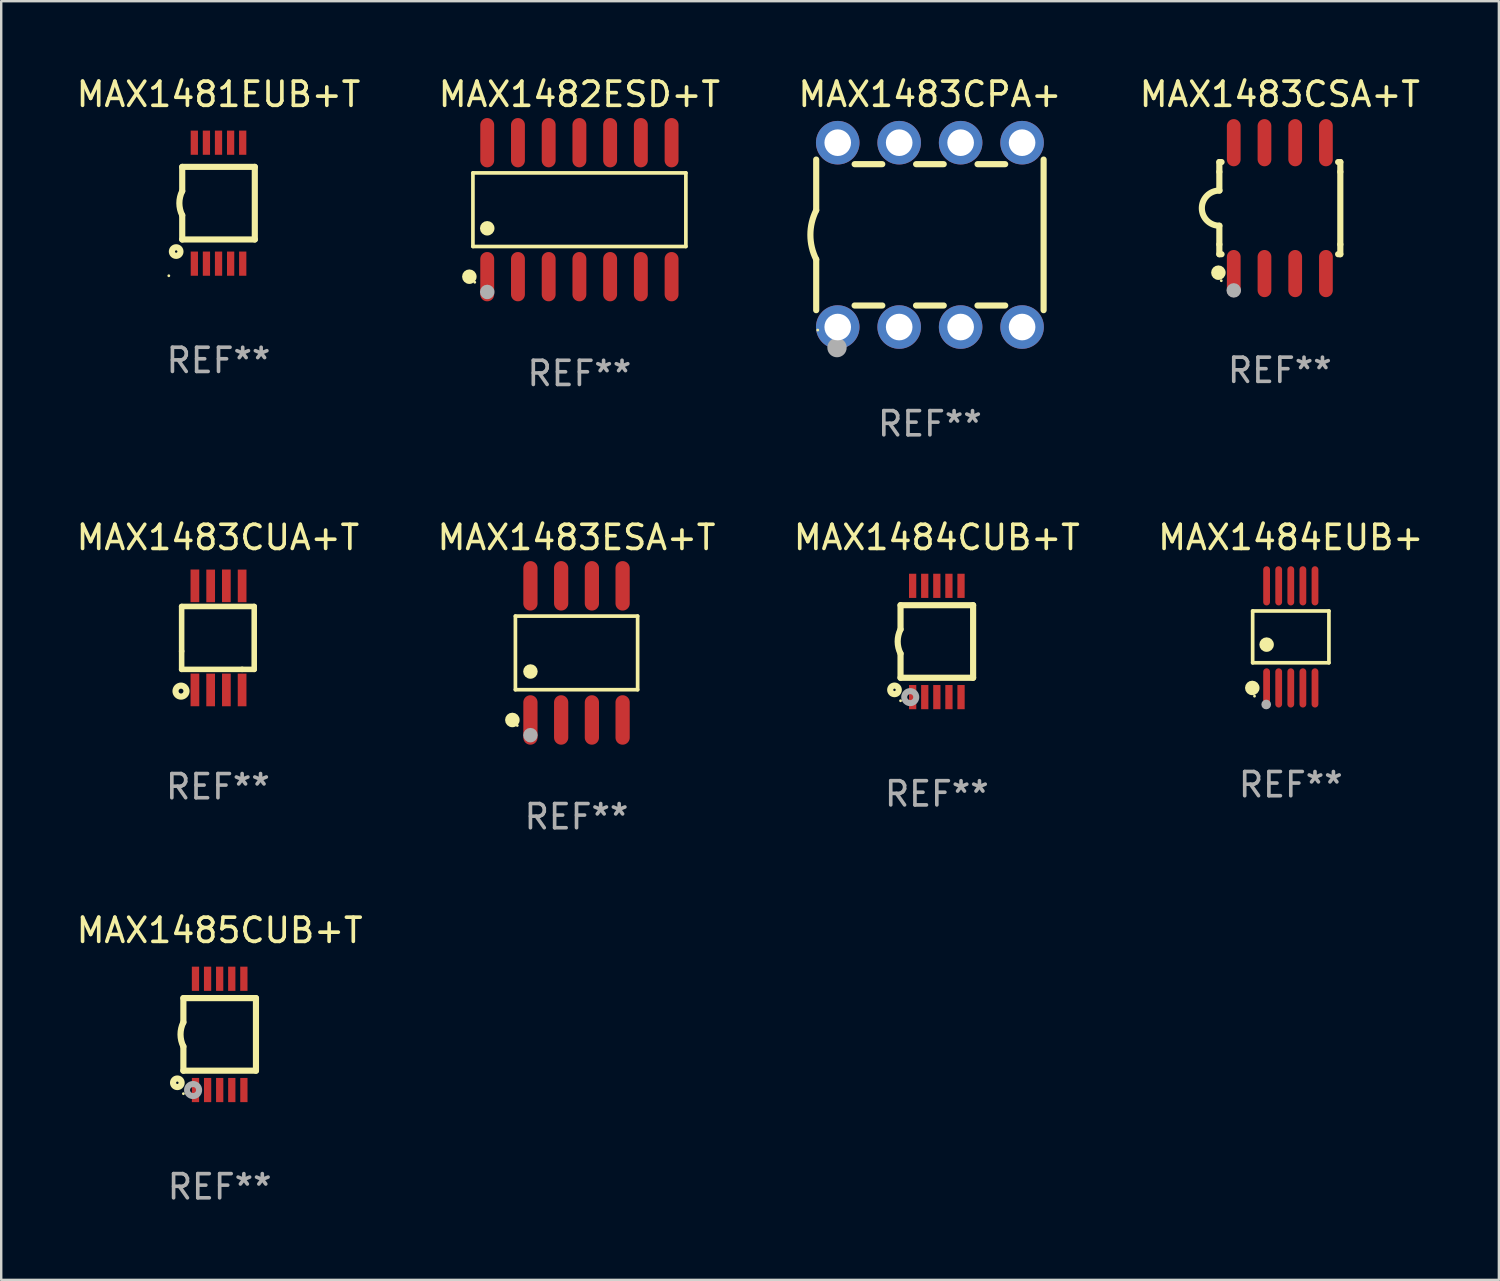
<source format=kicad_pcb>
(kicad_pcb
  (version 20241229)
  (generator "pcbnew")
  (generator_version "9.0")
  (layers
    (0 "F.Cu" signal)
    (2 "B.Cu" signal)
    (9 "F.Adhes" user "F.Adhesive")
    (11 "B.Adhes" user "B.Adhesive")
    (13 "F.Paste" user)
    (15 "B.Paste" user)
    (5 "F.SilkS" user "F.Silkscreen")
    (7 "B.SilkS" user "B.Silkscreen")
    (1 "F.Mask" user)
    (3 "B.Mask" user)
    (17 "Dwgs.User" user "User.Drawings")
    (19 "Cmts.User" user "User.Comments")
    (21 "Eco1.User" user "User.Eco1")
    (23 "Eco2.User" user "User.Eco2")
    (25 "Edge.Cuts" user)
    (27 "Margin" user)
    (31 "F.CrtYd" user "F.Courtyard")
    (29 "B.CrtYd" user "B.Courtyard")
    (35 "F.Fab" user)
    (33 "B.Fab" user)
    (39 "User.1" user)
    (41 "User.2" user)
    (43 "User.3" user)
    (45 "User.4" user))
  (footprint "MAX1483ESA+T"
    (layer "F.Cu")
    (at 20.78 23.937)
    (property "Reference" "MAX1483ESA+T" (at 0 -4.772 0) (layer "F.SilkS") (effects (font (size 1 1) (thickness 0.15))))
    (attr through_hole)
    (fp_line (start -2.526 -1.521) (end 2.526 -1.521) (stroke (width 0.152) (type solid)) (layer "F.SilkS"))
    (fp_line (start -2.526 1.521) (end -2.526 -1.521) (stroke (width 0.152) (type solid)) (layer "F.SilkS"))
    (fp_line (start 2.526 -1.521) (end 2.526 1.521) (stroke (width 0.152) (type solid)) (layer "F.SilkS"))
    (fp_line (start 2.526 1.521) (end -2.526 1.521) (stroke (width 0.152) (type solid)) (layer "F.SilkS"))
    (fp_circle (center -2.652 2.772) (end -2.501 2.772) (stroke (width 0.3) (type solid)) (fill no) (layer "F.SilkS"))
    (fp_circle (center -2.45 3) (end -2.42 3) (stroke (width 0.06) (type solid)) (fill no) (layer "F.SilkS"))
    (fp_circle (center -1.905 0.769) (end -1.755 0.769) (stroke (width 0.3) (type solid)) (fill no) (layer "F.SilkS"))
    (fp_circle (center -1.905 3.4) (end -1.755 3.4) (stroke (width 0.3) (type solid)) (fill no) (layer "F.Fab"))
    (fp_text user "REF**" (at 0 6.772 0) (layer "F.Fab") (effects (font (size 1 1) (thickness 0.15))))
    (pad "1" smd oval (at -1.905 2.772) (size 0.588 2.045) (layers "F.Cu" "F.Mask" "F.Paste"))
    (pad "2" smd oval (at -0.635 2.772) (size 0.588 2.045) (layers "F.Cu" "F.Mask" "F.Paste"))
    (pad "3" smd oval (at 0.635 2.772) (size 0.588 2.045) (layers "F.Cu" "F.Mask" "F.Paste"))
    (pad "4" smd oval (at 1.905 2.772) (size 0.588 2.045) (layers "F.Cu" "F.Mask" "F.Paste"))
    (pad "5" smd oval (at 1.905 -2.772) (size 0.588 2.045) (layers "F.Cu" "F.Mask" "F.Paste"))
    (pad "6" smd oval (at 0.635 -2.772) (size 0.588 2.045) (layers "F.Cu" "F.Mask" "F.Paste"))
    (pad "7" smd oval (at -0.635 -2.772) (size 0.588 2.045) (layers "F.Cu" "F.Mask" "F.Paste"))
    (pad "8" smd oval (at -1.905 -2.772) (size 0.588 2.045) (layers "F.Cu" "F.Mask" "F.Paste")))
  (footprint "MAX1484CUB+T"
    (layer "F.Cu")
    (at 35.673 23.465)
    (property "Reference" "MAX1484CUB+T" (at 0 -4.3 0) (layer "F.SilkS") (effects (font (size 1 1) (thickness 0.15))))
    (attr through_hole)
    (fp_line (start -1.5 -1.5) (end -1.5 -0.5) (stroke (width 0.254) (type solid)) (layer "F.SilkS"))
    (fp_line (start -1.5 1.5) (end -1.5 0.5) (stroke (width 0.254) (type solid)) (layer "F.SilkS"))
    (fp_line (start -1.5 1.5) (end 1.5 1.5) (stroke (width 0.254) (type solid)) (layer "F.SilkS"))
    (fp_line (start 1.5 1.5) (end 1.5 -1.5) (stroke (width 0.254) (type solid)) (layer "F.SilkS"))
    (fp_line (start 1.5 -1.5) (end -1.5 -1.5) (stroke (width 0.254) (type solid)) (layer "F.SilkS"))
    (fp_arc (start -1.500165 0.5) (mid -1.618199 0) (end -1.500165 -0.5) (stroke (width 0.254001) (type solid)) (layer "F.SilkS"))
    (fp_circle (center -1.75 2) (end -1.573 2) (stroke (width 0.254) (type solid)) (fill no) (layer "F.SilkS"))
    (fp_circle (center -1.499 2.45) (end -1.469 2.45) (stroke (width 0.06) (type solid)) (fill no) (layer "F.SilkS"))
    (fp_circle (center -1.099 2.3) (end -0.975 2.3) (stroke (width 0.25) (type solid)) (fill no) (layer "F.Fab"))
    (fp_text user "REF**" (at 0 6.3 0) (layer "F.Fab") (effects (font (size 1 1) (thickness 0.15))))
    (pad "1" smd rect (at -0.999 2.3 180) (size 0.3 1) (layers "F.Cu" "F.Mask" "F.Paste"))
    (pad "2" smd rect (at -0.499 2.3 180) (size 0.3 1) (layers "F.Cu" "F.Mask" "F.Paste"))
    (pad "3" smd rect (at 0.001 2.3 180) (size 0.3 1) (layers "F.Cu" "F.Mask" "F.Paste"))
    (pad "4" smd rect (at 0.501 2.3 180) (size 0.3 1) (layers "F.Cu" "F.Mask" "F.Paste"))
    (pad "5" smd rect (at 1.001 2.3 180) (size 0.3 1) (layers "F.Cu" "F.Mask" "F.Paste"))
    (pad "6" smd rect (at 1 -2.3 180) (size 0.3 1) (layers "F.Cu" "F.Mask" "F.Paste"))
    (pad "7" smd rect (at 0.5 -2.3 180) (size 0.3 1) (layers "F.Cu" "F.Mask" "F.Paste"))
    (pad "8" smd rect (at -0.000165 -2.3 180) (size 0.3 1) (layers "F.Cu" "F.Mask" "F.Paste"))
    (pad "9" smd rect (at -0.5 -2.3 180) (size 0.3 1) (layers "F.Cu" "F.Mask" "F.Paste"))
    (pad "10" smd rect (at -1 -2.3 180) (size 0.3 1) (layers "F.Cu" "F.Mask" "F.Paste")))
  (footprint "MAX1483CSA+T"
    (layer "F.Cu")
    (at 49.851 5.553)
    (property "Reference" "MAX1483CSA+T" (at 0 -4.705 0) (layer "F.SilkS") (effects (font (size 1 1) (thickness 0.15))))
    (attr through_hole)
    (fp_line (start -2.5 -1.905) (end -2.409 -1.905) (stroke (width 0.254) (type solid)) (layer "F.SilkS"))
    (fp_line (start -2.5 -1.5) (end -2.5 -1.905) (stroke (width 0.254) (type solid)) (layer "F.SilkS"))
    (fp_line (start -2.5 -1.5) (end -2.5 -0.726) (stroke (width 0.254) (type solid)) (layer "F.SilkS"))
    (fp_line (start -2.5 1.5) (end -2.5 0.727) (stroke (width 0.254) (type solid)) (layer "F.SilkS"))
    (fp_line (start -2.5 1.5) (end -2.5 1.905) (stroke (width 0.254) (type solid)) (layer "F.SilkS"))
    (fp_line (start -2.5 1.905) (end -2.409 1.905) (stroke (width 0.254) (type solid)) (layer "F.SilkS"))
    (fp_line (start 2.5 -1.905) (end 2.409 -1.905) (stroke (width 0.254) (type solid)) (layer "F.SilkS"))
    (fp_line (start 2.5 -1.5) (end 2.5 -1.905) (stroke (width 0.254) (type solid)) (layer "F.SilkS"))
    (fp_line (start 2.5 -1.5) (end 2.5 1.5) (stroke (width 0.254) (type solid)) (layer "F.SilkS"))
    (fp_line (start 2.5 1.5) (end 2.5 1.905) (stroke (width 0.254) (type solid)) (layer "F.SilkS"))
    (fp_line (start 2.5 1.905) (end 2.409 1.905) (stroke (width 0.254) (type solid)) (layer "F.SilkS"))
    (fp_arc (start -2.5 0.726568) (mid -3.220316 -0.0023) (end -2.495097 -0.726289) (stroke (width 0.254001) (type solid)) (layer "F.SilkS"))
    (fp_circle (center -2.54 2.667) (end -2.39 2.667) (stroke (width 0.3) (type solid)) (fill no) (layer "F.SilkS"))
    (fp_circle (center -2.42 3) (end -2.39 3) (stroke (width 0.06) (type solid)) (fill no) (layer "F.SilkS"))
    (fp_circle (center -1.905 3.4) (end -1.755 3.4) (stroke (width 0.3) (type solid)) (fill no) (layer "F.Fab"))
    (fp_text user "REF**" (at 0 6.705 0) (layer "F.Fab") (effects (font (size 1 1) (thickness 0.15))))
    (pad "1" smd oval (at -1.905 2.705) (size 0.568 1.95) (layers "F.Cu" "F.Mask" "F.Paste"))
    (pad "2" smd oval (at -0.635 2.705) (size 0.568 1.95) (layers "F.Cu" "F.Mask" "F.Paste"))
    (pad "3" smd oval (at 0.635 2.705) (size 0.568 1.95) (layers "F.Cu" "F.Mask" "F.Paste"))
    (pad "4" smd oval (at 1.905 2.705) (size 0.568 1.95) (layers "F.Cu" "F.Mask" "F.Paste"))
    (pad "5" smd oval (at 1.905 -2.705) (size 0.568 1.95) (layers "F.Cu" "F.Mask" "F.Paste"))
    (pad "6" smd oval (at 0.635 -2.705) (size 0.568 1.95) (layers "F.Cu" "F.Mask" "F.Paste"))
    (pad "7" smd oval (at -0.635 -2.705) (size 0.568 1.95) (layers "F.Cu" "F.Mask" "F.Paste"))
    (pad "8" smd oval (at -1.905 -2.705) (size 0.568 1.95) (layers "F.Cu" "F.Mask" "F.Paste")))
  (footprint "MAX1484EUB+"
    (layer "F.Cu")
    (at 50.304 23.275)
    (property "Reference" "MAX1484EUB+" (at 0 -4.11 0) (layer "F.SilkS") (effects (font (size 1 1) (thickness 0.15))))
    (attr through_hole)
    (fp_line (start -1.576 -1.071) (end 1.576 -1.071) (stroke (width 0.152) (type solid)) (layer "F.SilkS"))
    (fp_line (start -1.576 1.071) (end -1.576 -1.071) (stroke (width 0.152) (type solid)) (layer "F.SilkS"))
    (fp_line (start 1.576 -1.071) (end 1.576 1.071) (stroke (width 0.152) (type solid)) (layer "F.SilkS"))
    (fp_line (start 1.576 1.071) (end -1.576 1.071) (stroke (width 0.152) (type solid)) (layer "F.SilkS"))
    (fp_circle (center -1.592 2.11) (end -1.442 2.11) (stroke (width 0.3) (type solid)) (fill no) (layer "F.SilkS"))
    (fp_circle (center -1.5 2.45) (end -1.47 2.45) (stroke (width 0.06) (type solid)) (fill no) (layer "F.SilkS"))
    (fp_circle (center -1 0.319) (end -0.85 0.319) (stroke (width 0.3) (type solid)) (fill no) (layer "F.SilkS"))
    (fp_circle (center -1.016 2.794) (end -0.916 2.794) (stroke (width 0.2) (type solid)) (fill no) (layer "F.Fab"))
    (fp_text user "REF**" (at 0 6.11 0) (layer "F.Fab") (effects (font (size 1 1) (thickness 0.15))))
    (pad "1" smd oval (at -1 2.11) (size 0.28 1.62) (layers "F.Cu" "F.Mask" "F.Paste"))
    (pad "2" smd oval (at -0.5 2.11) (size 0.28 1.62) (layers "F.Cu" "F.Mask" "F.Paste"))
    (pad "3" smd oval (at 0 2.11) (size 0.28 1.62) (layers "F.Cu" "F.Mask" "F.Paste"))
    (pad "4" smd oval (at 0.5 2.11) (size 0.28 1.62) (layers "F.Cu" "F.Mask" "F.Paste"))
    (pad "5" smd oval (at 1 2.11) (size 0.28 1.62) (layers "F.Cu" "F.Mask" "F.Paste"))
    (pad "6" smd oval (at 1 -2.11) (size 0.28 1.62) (layers "F.Cu" "F.Mask" "F.Paste"))
    (pad "7" smd oval (at 0.5 -2.11) (size 0.28 1.62) (layers "F.Cu" "F.Mask" "F.Paste"))
    (pad "8" smd oval (at 0 -2.11) (size 0.28 1.62) (layers "F.Cu" "F.Mask" "F.Paste"))
    (pad "9" smd oval (at -0.5 -2.11) (size 0.28 1.62) (layers "F.Cu" "F.Mask" "F.Paste"))
    (pad "10" smd oval (at -1 -2.11) (size 0.28 1.62) (layers "F.Cu" "F.Mask" "F.Paste")))
  (footprint "MAX1483CPA+"
    (layer "F.Cu")
    (at 35.387 6.658)
    (property "Reference" "MAX1483CPA+" (at 0 -5.81 0) (layer "F.SilkS") (effects (font (size 1 1) (thickness 0.15))))
    (attr through_hole)
    (fp_line (start -4.7 -1.017) (end -4.7 -3.113) (stroke (width 0.254) (type solid)) (layer "F.SilkS"))
    (fp_line (start -4.7 1.015) (end -4.7 3.113) (stroke (width 0.254) (type solid)) (layer "F.SilkS"))
    (fp_line (start -3.113 2.92) (end -1.967 2.92) (stroke (width 0.254) (type solid)) (layer "F.SilkS"))
    (fp_line (start -3.111 -2.922) (end -1.969 -2.922) (stroke (width 0.254) (type solid)) (layer "F.SilkS"))
    (fp_line (start -0.573 2.92) (end 0.573 2.92) (stroke (width 0.254) (type solid)) (layer "F.SilkS"))
    (fp_line (start -0.571 -2.922) (end 0.571 -2.922) (stroke (width 0.254) (type solid)) (layer "F.SilkS"))
    (fp_line (start 1.967 2.92) (end 3.113 2.92) (stroke (width 0.254) (type solid)) (layer "F.SilkS"))
    (fp_line (start 1.969 -2.922) (end 3.111 -2.922) (stroke (width 0.254) (type solid)) (layer "F.SilkS"))
    (fp_line (start 4.7 -3.113) (end 4.7 3.113) (stroke (width 0.254) (type solid)) (layer "F.SilkS"))
    (fp_arc (start -4.7 1.01524) (mid -4.939846 -0.000762) (end -4.7 -1.016764) (stroke (width 0.254001) (type solid)) (layer "F.SilkS"))
    (fp_circle (center -4.636 3.935) (end -4.606 3.935) (stroke (width 0.06) (type solid)) (fill no) (layer "F.SilkS"))
    (fp_circle (center -3.84 4.66) (end -3.64 4.66) (stroke (width 0.4) (type solid)) (fill no) (layer "F.Fab"))
    (fp_text user "REF**" (at 0 7.81 0) (layer "F.Fab") (effects (font (size 1 1) (thickness 0.15))))
    (pad "1" thru_hole circle (at -3.81 3.81) (size 1.8 1.8) (drill 1.1) (layers "*.Cu" "*.Mask"))
    (pad "2" thru_hole circle (at -1.27 3.81) (size 1.8 1.8) (drill 1.1) (layers "*.Cu" "*.Mask"))
    (pad "3" thru_hole circle (at 1.27 3.81) (size 1.8 1.8) (drill 1.1) (layers "*.Cu" "*.Mask"))
    (pad "4" thru_hole circle (at 3.81 3.81) (size 1.8 1.8) (drill 1.1) (layers "*.Cu" "*.Mask"))
    (pad "5" thru_hole circle (at 3.81 -3.81) (size 1.8 1.8) (drill 1.1) (layers "*.Cu" "*.Mask"))
    (pad "6" thru_hole circle (at 1.27 -3.81) (size 1.8 1.8) (drill 1.1) (layers "*.Cu" "*.Mask"))
    (pad "7" thru_hole circle (at -1.27 -3.81) (size 1.8 1.8) (drill 1.1) (layers "*.Cu" "*.Mask"))
    (pad "8" thru_hole circle (at -3.81 -3.81) (size 1.8 1.8) (drill 1.1) (layers "*.Cu" "*.Mask")))
  (footprint "MAX1481EUB+T"
    (layer "F.Cu")
    (at 5.982 5.348)
    (property "Reference" "MAX1481EUB+T" (at 0 -4.5 0) (layer "F.SilkS") (effects (font (size 1 1) (thickness 0.15))))
    (attr through_hole)
    (fp_line (start -1.5 -1.5) (end -1.5 -0.5) (stroke (width 0.254) (type solid)) (layer "F.SilkS"))
    (fp_line (start -1.5 1.5) (end -1.5 0.5) (stroke (width 0.254) (type solid)) (layer "F.SilkS"))
    (fp_line (start -1.5 1.5) (end 1.5 1.5) (stroke (width 0.254) (type solid)) (layer "F.SilkS"))
    (fp_line (start 1.5 1.5) (end 1.5 -1.5) (stroke (width 0.254) (type solid)) (layer "F.SilkS"))
    (fp_line (start 1.5 -1.5) (end -1.5 -1.5) (stroke (width 0.254) (type solid)) (layer "F.SilkS"))
    (fp_arc (start -1.500165 0.499873) (mid -1.618199 -0.000127) (end -1.500165 -0.500127) (stroke (width 0.254001) (type solid)) (layer "F.SilkS"))
    (fp_circle (center -2.054 3) (end -2.024 3) (stroke (width 0.06) (type solid)) (fill no) (layer "F.SilkS"))
    (fp_circle (center -1.75 2) (end -1.573 2) (stroke (width 0.254) (type solid)) (fill no) (layer "F.SilkS"))
    (fp_text user "REF**" (at 0 6.5 0) (layer "F.Fab") (effects (font (size 1 1) (thickness 0.15))))
    (pad "1" smd rect (at -0.999 2.5 180) (size 0.3 1) (layers "F.Cu" "F.Mask" "F.Paste"))
    (pad "2" smd rect (at -0.499 2.5 180) (size 0.3 1) (layers "F.Cu" "F.Mask" "F.Paste"))
    (pad "3" smd rect (at 0.001 2.5 180) (size 0.3 1) (layers "F.Cu" "F.Mask" "F.Paste"))
    (pad "4" smd rect (at 0.501 2.5 180) (size 0.3 1) (layers "F.Cu" "F.Mask" "F.Paste"))
    (pad "5" smd rect (at 1.001 2.5 180) (size 0.3 1) (layers "F.Cu" "F.Mask" "F.Paste"))
    (pad "6" smd rect (at 1 -2.5 180) (size 0.3 1) (layers "F.Cu" "F.Mask" "F.Paste"))
    (pad "7" smd rect (at 0.5 -2.5 180) (size 0.3 1) (layers "F.Cu" "F.Mask" "F.Paste"))
    (pad "8" smd rect (at -0.000165 -2.5 180) (size 0.3 1) (layers "F.Cu" "F.Mask" "F.Paste"))
    (pad "9" smd rect (at -0.5 -2.5 180) (size 0.3 1) (layers "F.Cu" "F.Mask" "F.Paste"))
    (pad "10" smd rect (at -1 -2.5 180) (size 0.3 1) (layers "F.Cu" "F.Mask" "F.Paste")))
  (footprint "MAX1485CUB+T"
    (layer "F.Cu")
    (at 6.03 39.706)
    (property "Reference" "MAX1485CUB+T" (at 0 -4.3 0) (layer "F.SilkS") (effects (font (size 1 1) (thickness 0.15))))
    (attr through_hole)
    (fp_line (start -1.5 -1.5) (end -1.5 -0.5) (stroke (width 0.254) (type solid)) (layer "F.SilkS"))
    (fp_line (start -1.5 1.5) (end -1.5 0.5) (stroke (width 0.254) (type solid)) (layer "F.SilkS"))
    (fp_line (start -1.5 1.5) (end 1.5 1.5) (stroke (width 0.254) (type solid)) (layer "F.SilkS"))
    (fp_line (start 1.5 1.5) (end 1.5 -1.5) (stroke (width 0.254) (type solid)) (layer "F.SilkS"))
    (fp_line (start 1.5 -1.5) (end -1.5 -1.5) (stroke (width 0.254) (type solid)) (layer "F.SilkS"))
    (fp_arc (start -1.500165 0.5) (mid -1.618199 0) (end -1.500165 -0.5) (stroke (width 0.254001) (type solid)) (layer "F.SilkS"))
    (fp_circle (center -1.75 2) (end -1.573 2) (stroke (width 0.254) (type solid)) (fill no) (layer "F.SilkS"))
    (fp_circle (center -1.499 2.45) (end -1.469 2.45) (stroke (width 0.06) (type solid)) (fill no) (layer "F.SilkS"))
    (fp_circle (center -1.099 2.3) (end -0.975 2.3) (stroke (width 0.25) (type solid)) (fill no) (layer "F.Fab"))
    (fp_text user "REF**" (at 0 6.3 0) (layer "F.Fab") (effects (font (size 1 1) (thickness 0.15))))
    (pad "1" smd rect (at -0.999 2.3 180) (size 0.3 1) (layers "F.Cu" "F.Mask" "F.Paste"))
    (pad "2" smd rect (at -0.499 2.3 180) (size 0.3 1) (layers "F.Cu" "F.Mask" "F.Paste"))
    (pad "3" smd rect (at 0.001 2.3 180) (size 0.3 1) (layers "F.Cu" "F.Mask" "F.Paste"))
    (pad "4" smd rect (at 0.501 2.3 180) (size 0.3 1) (layers "F.Cu" "F.Mask" "F.Paste"))
    (pad "5" smd rect (at 1.001 2.3 180) (size 0.3 1) (layers "F.Cu" "F.Mask" "F.Paste"))
    (pad "6" smd rect (at 1 -2.3 180) (size 0.3 1) (layers "F.Cu" "F.Mask" "F.Paste"))
    (pad "7" smd rect (at 0.5 -2.3 180) (size 0.3 1) (layers "F.Cu" "F.Mask" "F.Paste"))
    (pad "8" smd rect (at -0.000165 -2.3 180) (size 0.3 1) (layers "F.Cu" "F.Mask" "F.Paste"))
    (pad "9" smd rect (at -0.5 -2.3 180) (size 0.3 1) (layers "F.Cu" "F.Mask" "F.Paste"))
    (pad "10" smd rect (at -1 -2.3 180) (size 0.3 1) (layers "F.Cu" "F.Mask" "F.Paste")))
  (footprint "MAX1482ESD+T"
    (layer "F.Cu")
    (at 20.899 5.617)
    (property "Reference" "MAX1482ESD+T" (at 0 -4.769 0) (layer "F.SilkS") (effects (font (size 1 1) (thickness 0.15))))
    (attr through_hole)
    (fp_line (start -4.401 -1.521) (end 4.401 -1.521) (stroke (width 0.152) (type solid)) (layer "F.SilkS"))
    (fp_line (start -4.401 1.521) (end -4.401 -1.521) (stroke (width 0.152) (type solid)) (layer "F.SilkS"))
    (fp_line (start 4.401 -1.521) (end 4.401 1.521) (stroke (width 0.152) (type solid)) (layer "F.SilkS"))
    (fp_line (start 4.401 1.521) (end -4.401 1.521) (stroke (width 0.152) (type solid)) (layer "F.SilkS"))
    (fp_circle (center -4.549 2.769) (end -4.399 2.769) (stroke (width 0.3) (type solid)) (fill no) (layer "F.SilkS"))
    (fp_circle (center -4.325 3) (end -4.295 3) (stroke (width 0.06) (type solid)) (fill no) (layer "F.SilkS"))
    (fp_circle (center -3.81 0.769) (end -3.66 0.769) (stroke (width 0.3) (type solid)) (fill no) (layer "F.SilkS"))
    (fp_circle (center -3.81 3.4) (end -3.66 3.4) (stroke (width 0.3) (type solid)) (fill no) (layer "F.Fab"))
    (fp_text user "REF**" (at 0 6.769 0) (layer "F.Fab") (effects (font (size 1 1) (thickness 0.15))))
    (pad "1" smd oval (at -3.81 2.769) (size 0.574 2.038) (layers "F.Cu" "F.Mask" "F.Paste"))
    (pad "2" smd oval (at -2.54 2.769) (size 0.574 2.038) (layers "F.Cu" "F.Mask" "F.Paste"))
    (pad "3" smd oval (at -1.27 2.769) (size 0.574 2.038) (layers "F.Cu" "F.Mask" "F.Paste"))
    (pad "4" smd oval (at 0 2.769) (size 0.574 2.038) (layers "F.Cu" "F.Mask" "F.Paste"))
    (pad "5" smd oval (at 1.27 2.769) (size 0.574 2.038) (layers "F.Cu" "F.Mask" "F.Paste"))
    (pad "6" smd oval (at 2.54 2.769) (size 0.574 2.038) (layers "F.Cu" "F.Mask" "F.Paste"))
    (pad "7" smd oval (at 3.81 2.769) (size 0.574 2.038) (layers "F.Cu" "F.Mask" "F.Paste"))
    (pad "8" smd oval (at 3.81 -2.769) (size 0.574 2.038) (layers "F.Cu" "F.Mask" "F.Paste"))
    (pad "9" smd oval (at 2.54 -2.769) (size 0.574 2.038) (layers "F.Cu" "F.Mask" "F.Paste"))
    (pad "10" smd oval (at 1.27 -2.769) (size 0.574 2.038) (layers "F.Cu" "F.Mask" "F.Paste"))
    (pad "11" smd oval (at 0 -2.769) (size 0.574 2.038) (layers "F.Cu" "F.Mask" "F.Paste"))
    (pad "12" smd oval (at -1.27 -2.769) (size 0.574 2.038) (layers "F.Cu" "F.Mask" "F.Paste"))
    (pad "13" smd oval (at -2.54 -2.769) (size 0.574 2.038) (layers "F.Cu" "F.Mask" "F.Paste"))
    (pad "14" smd oval (at -3.81 -2.769) (size 0.574 2.038) (layers "F.Cu" "F.Mask" "F.Paste")))
  (footprint "MAX1483CUA+T"
    (layer "F.Cu")
    (at 5.958 23.317)
    (property "Reference" "MAX1483CUA+T" (at 0 -4.152 0) (layer "F.SilkS") (effects (font (size 1 1) (thickness 0.15))))
    (attr through_hole)
    (fp_line (start -1.5 1.301) (end 1 1.301) (stroke (width 0.229) (type solid)) (layer "F.SilkS"))
    (fp_line (start -1.5 -1.299) (end -1.5 0.551) (stroke (width 0.229) (type solid)) (layer "F.SilkS"))
    (fp_line (start -1.5 0.551) (end -1.5 1.301) (stroke (width 0.229) (type solid)) (layer "F.SilkS"))
    (fp_line (start 1 1.301) (end 1.5 1.301) (stroke (width 0.229) (type solid)) (layer "F.SilkS"))
    (fp_line (start 1.5 1.301) (end 1.5 -1.299) (stroke (width 0.229) (type solid)) (layer "F.SilkS"))
    (fp_line (start 1.5 -1.299) (end -1.5 -1.299) (stroke (width 0.229) (type solid)) (layer "F.SilkS"))
    (fp_circle (center -1.526 2.2) (end -1.426 2.2) (stroke (width 0.254) (type solid)) (fill no) (layer "F.SilkS"))
    (fp_circle (center -1.476 2.45) (end -1.446 2.45) (stroke (width 0.06) (type solid)) (fill no) (layer "F.SilkS"))
    (fp_text user "REF**" (at 0 6.152 0) (layer "F.Fab") (effects (font (size 1 1) (thickness 0.15))))
    (pad "1" smd rect (at -0.951 2.15) (size 0.36 1.35) (layers "F.Cu" "F.Mask" "F.Paste"))
    (pad "2" smd rect (at -0.301 2.152) (size 0.36 1.35) (layers "F.Cu" "F.Mask" "F.Paste"))
    (pad "3" smd rect (at 0.349 2.151) (size 0.36 1.35) (layers "F.Cu" "F.Mask" "F.Paste"))
    (pad "4" smd rect (at 0.999 2.152) (size 0.36 1.35) (layers "F.Cu" "F.Mask" "F.Paste"))
    (pad "5" smd rect (at 1 -2.149) (size 0.36 1.35) (layers "F.Cu" "F.Mask" "F.Paste"))
    (pad "6" smd rect (at 0.348 -2.152) (size 0.36 1.35) (layers "F.Cu" "F.Mask" "F.Paste"))
    (pad "7" smd rect (at -0.3 -2.149) (size 0.36 1.35) (layers "F.Cu" "F.Mask" "F.Paste"))
    (pad "8" smd rect (at -0.952 -2.152) (size 0.36 1.35) (layers "F.Cu" "F.Mask" "F.Paste")))
  (gr_rect
    (start -3 -3)
    (end 58.905 49.854)
    (stroke (width 0.1) (type default))
    (fill no)
    (layer "Edge.Cuts")))
</source>
